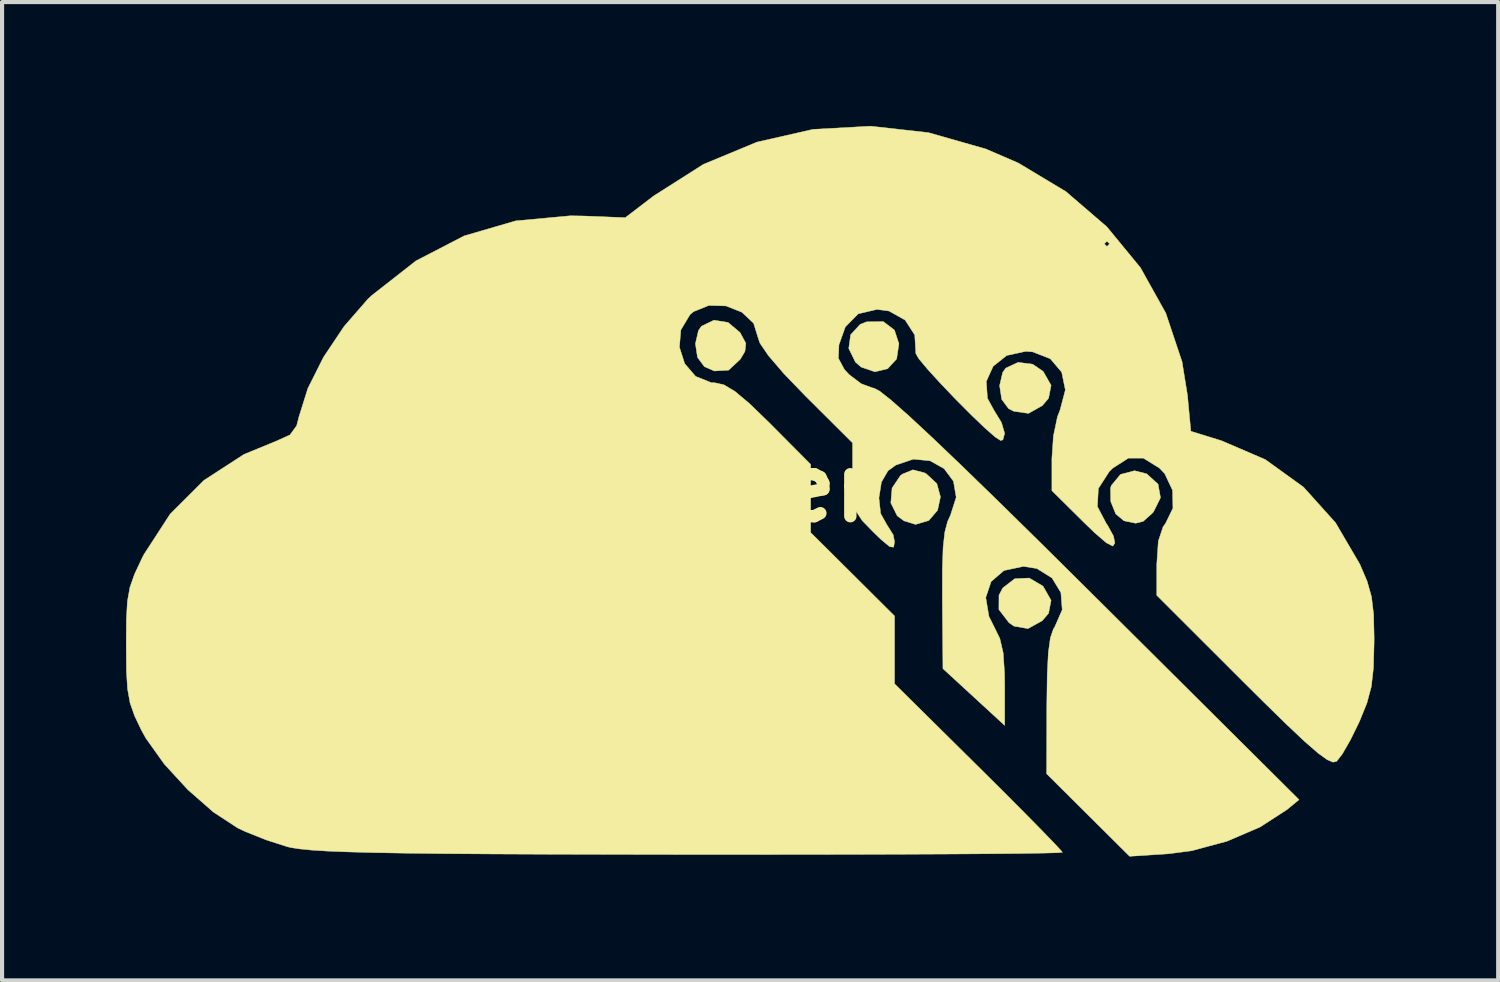
<source format=kicad_pcb>
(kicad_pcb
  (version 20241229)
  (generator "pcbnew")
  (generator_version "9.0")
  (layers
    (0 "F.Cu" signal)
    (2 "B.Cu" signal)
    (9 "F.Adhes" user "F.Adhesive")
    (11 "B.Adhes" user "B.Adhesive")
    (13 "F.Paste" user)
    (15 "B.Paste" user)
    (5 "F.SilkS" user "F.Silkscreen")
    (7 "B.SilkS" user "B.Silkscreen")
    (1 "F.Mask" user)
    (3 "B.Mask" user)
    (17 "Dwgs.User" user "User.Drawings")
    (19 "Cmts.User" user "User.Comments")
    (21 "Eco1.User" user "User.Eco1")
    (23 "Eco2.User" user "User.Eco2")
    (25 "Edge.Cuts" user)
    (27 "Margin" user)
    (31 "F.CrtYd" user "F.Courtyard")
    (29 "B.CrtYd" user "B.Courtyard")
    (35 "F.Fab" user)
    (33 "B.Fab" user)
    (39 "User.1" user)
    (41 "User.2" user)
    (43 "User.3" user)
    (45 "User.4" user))
  (footprint "aisler"
    (layer "F.Cu")
    (at 14.928 8.76)
    (property "Reference" "aisler" (at 0 0 0) (layer "F.SilkS") (effects (font (size 1.524 1.524) (thickness 0.3))))
    (attr through_hole)
    (fp_poly (pts (xy 3.681 -3.817) (xy 3.789 -3.486) (xy 3.734 -3.119) (xy 3.517 -2.882) (xy 3.207 -2.807) (xy 2.874 -2.921) (xy 2.735 -3.043) (xy 2.574 -3.373) (xy 2.62 -3.705) (xy 2.85 -3.955) (xy 3.006 -4.017) (xy 3.411 -4.023) (xy 3.681 -3.817)) (stroke (width 0.01) (type solid)) (fill yes) (layer "F.SilkS"))
    (fp_poly (pts (xy 7.027 -2.991) (xy 7.283 -2.816) (xy 7.474 -2.48) (xy 7.413 -2.166) (xy 7.261 -1.988) (xy 6.927 -1.8) (xy 6.57 -1.851) (xy 6.445 -1.915) (xy 6.278 -2.139) (xy 6.227 -2.472) (xy 6.301 -2.791) (xy 6.375 -2.896) (xy 6.675 -3.036) (xy 7.027 -2.991)) (stroke (width 0.01) (type solid)) (fill yes) (layer "F.SilkS"))
    (fp_poly (pts (xy 7.271 2.379) (xy 7.283 2.391) (xy 7.474 2.727) (xy 7.413 3.041) (xy 7.261 3.219) (xy 6.915 3.412) (xy 6.576 3.352) (xy 6.456 3.27) (xy 6.21 2.951) (xy 6.212 2.601) (xy 6.303 2.428) (xy 6.593 2.204) (xy 6.945 2.187) (xy 7.271 2.379)) (stroke (width 0.01) (type solid)) (fill yes) (layer "F.SilkS"))
    (fp_poly (pts (xy -0.348 -4.002) (xy -0.063 -3.763) (xy -0.052 -3.747) (xy 0.083 -3.498) (xy 0.061 -3.302) (xy -0.052 -3.111) (xy -0.335 -2.847) (xy -0.681 -2.827) (xy -0.921 -2.931) (xy -1.088 -3.155) (xy -1.139 -3.488) (xy -1.065 -3.807) (xy -0.991 -3.912) (xy -0.689 -4.057) (xy -0.348 -4.002)) (stroke (width 0.01) (type solid)) (fill yes) (layer "F.SilkS"))
    (fp_poly (pts (xy 4.402 -0.363) (xy 4.446 -0.342) (xy 4.707 -0.1) (xy 4.795 0.222) (xy 4.725 0.546) (xy 4.513 0.794) (xy 4.191 0.889) (xy 3.914 0.803) (xy 3.749 0.683) (xy 3.593 0.369) (xy 3.623 0.008) (xy 3.825 -0.293) (xy 3.875 -0.33) (xy 4.127 -0.433) (xy 4.402 -0.363)) (stroke (width 0.01) (type solid)) (fill yes) (layer "F.SilkS"))
    (fp_poly (pts (xy 9.787 -0.338) (xy 10.064 -0.087) (xy 10.123 0.242) (xy 9.955 0.583) (xy 9.914 0.627) (xy 9.703 0.815) (xy 9.521 0.86) (xy 9.239 0.801) (xy 9.04 0.636) (xy 8.918 0.334) (xy 8.913 0.01) (xy 8.933 -0.055) (xy 9.154 -0.322) (xy 9.493 -0.412) (xy 9.787 -0.338)) (stroke (width 0.01) (type solid)) (fill yes) (layer "F.SilkS"))
    (fp_poly (pts (xy 4.507 -8.598) (xy 5.89 -8.204) (xy 6.676 -7.865) (xy 7.83 -7.173) (xy 8.823 -6.319) (xy 9.637 -5.329) (xy 10.25 -4.231) (xy 10.645 -3.051) (xy 10.776 -2.24) (xy 10.858 -1.368) (xy 11.601 -1.138) (xy 12.661 -0.682) (xy 13.586 -0.015) (xy 14.361 0.847) (xy 14.949 1.85) (xy 15.127 2.266) (xy 15.232 2.639) (xy 15.283 3.062) (xy 15.296 3.629) (xy 15.295 3.747) (xy 15.28 4.359) (xy 15.228 4.816) (xy 15.121 5.216) (xy 14.942 5.657) (xy 14.931 5.681) (xy 14.722 6.107) (xy 14.526 6.448) (xy 14.39 6.624) (xy 14.302 6.646) (xy 14.159 6.586) (xy 13.939 6.427) (xy 13.621 6.151) (xy 13.184 5.739) (xy 12.607 5.175) (xy 12.12 4.691) (xy 10.033 2.606) (xy 10.033 1.853) (xy 10.07 1.295) (xy 10.186 0.944) (xy 10.243 0.868) (xy 10.424 0.496) (xy 10.415 0.062) (xy 10.225 -0.341) (xy 10.097 -0.476) (xy 9.708 -0.716) (xy 9.345 -0.716) (xy 8.967 -0.474) (xy 8.886 -0.396) (xy 8.619 0.018) (xy 8.595 0.456) (xy 8.815 0.876) (xy 8.835 0.898) (xy 8.987 1.175) (xy 9.017 1.34) (xy 8.969 1.414) (xy 8.812 1.334) (xy 8.524 1.086) (xy 8.255 0.826) (xy 7.493 0.071) (xy 7.493 -0.707) (xy 7.53 -1.252) (xy 7.628 -1.72) (xy 7.692 -1.885) (xy 7.819 -2.368) (xy 7.73 -2.798) (xy 7.455 -3.123) (xy 7.026 -3.29) (xy 6.858 -3.302) (xy 6.399 -3.202) (xy 6.071 -2.941) (xy 5.905 -2.576) (xy 5.932 -2.167) (xy 6.089 -1.879) (xy 6.271 -1.581) (xy 6.349 -1.317) (xy 6.307 -1.16) (xy 6.252 -1.143) (xy 6.118 -1.229) (xy 5.86 -1.456) (xy 5.523 -1.78) (xy 5.151 -2.154) (xy 4.789 -2.534) (xy 4.48 -2.873) (xy 4.268 -3.127) (xy 4.199 -3.249) (xy 4.172 -3.699) (xy 3.94 -4.059) (xy 3.551 -4.278) (xy 3.258 -4.318) (xy 2.804 -4.211) (xy 2.491 -3.894) (xy 2.337 -3.461) (xy 2.323 -3.134) (xy 2.469 -2.863) (xy 2.584 -2.739) (xy 2.876 -2.518) (xy 3.157 -2.414) (xy 3.182 -2.413) (xy 3.322 -2.34) (xy 3.602 -2.118) (xy 4.027 -1.743) (xy 4.602 -1.208) (xy 5.333 -0.51) (xy 6.224 0.356) (xy 7.282 1.396) (xy 8.467 2.571) (xy 13.478 7.554) (xy 13.184 7.796) (xy 12.534 8.217) (xy 11.732 8.561) (xy 10.878 8.791) (xy 10.322 8.864) (xy 9.375 8.925) (xy 7.366 6.927) (xy 7.37 5.273) (xy 7.38 4.526) (xy 7.407 3.993) (xy 7.456 3.637) (xy 7.53 3.42) (xy 7.561 3.373) (xy 7.743 2.956) (xy 7.711 2.54) (xy 7.496 2.186) (xy 7.13 1.957) (xy 6.804 1.905) (xy 6.333 2.005) (xy 6.022 2.272) (xy 5.892 2.659) (xy 5.969 3.118) (xy 6.083 3.345) (xy 6.232 3.648) (xy 6.315 4.007) (xy 6.347 4.506) (xy 6.35 4.766) (xy 6.35 5.755) (xy 5.602 5.068) (xy 4.855 4.381) (xy 4.84 2.709) (xy 4.841 1.974) (xy 4.859 1.446) (xy 4.9 1.075) (xy 4.968 0.816) (xy 5.036 0.67) (xy 5.176 0.232) (xy 5.11 -0.156) (xy 4.883 -0.462) (xy 4.544 -0.652) (xy 4.139 -0.692) (xy 3.716 -0.549) (xy 3.524 -0.41) (xy 3.365 -0.135) (xy 3.305 0.248) (xy 3.346 0.627) (xy 3.493 0.889) (xy 3.652 1.142) (xy 3.683 1.311) (xy 3.661 1.439) (xy 3.567 1.428) (xy 3.363 1.26) (xy 3.175 1.079) (xy 2.901 0.797) (xy 2.749 0.566) (xy 2.683 0.291) (xy 2.667 -0.121) (xy 2.667 -0.251) (xy 2.667 -1.085) (xy 1.524 -2.223) (xy 1.003 -2.763) (xy 0.629 -3.199) (xy 0.42 -3.507) (xy 0.381 -3.626) (xy 0.27 -3.983) (xy -0.014 -4.25) (xy -0.399 -4.402) (xy -0.814 -4.414) (xy -1.186 -4.263) (xy -1.27 -4.191) (xy -1.492 -3.82) (xy -1.526 -3.402) (xy -1.398 -3.004) (xy -1.133 -2.696) (xy -0.755 -2.545) (xy -0.664 -2.54) (xy -0.45 -2.493) (xy -0.185 -2.335) (xy 0.169 -2.039) (xy 0.647 -1.576) (xy 0.67 -1.553) (xy 1.651 -0.566) (xy 1.651 1.085) (xy 2.667 2.095) (xy 3.683 3.106) (xy 3.683 4.748) (xy 5.715 6.758) (xy 6.3 7.339) (xy 6.819 7.86) (xy 7.246 8.294) (xy 7.557 8.616) (xy 7.725 8.798) (xy 7.747 8.829) (xy 7.623 8.839) (xy 7.266 8.848) (xy 6.695 8.857) (xy 5.93 8.864) (xy 4.992 8.87) (xy 3.9 8.875) (xy 2.676 8.879) (xy 1.338 8.881) (xy -0.093 8.882) (xy -1.302 8.882) (xy -3.105 8.879) (xy -4.671 8.875) (xy -6.017 8.869) (xy -7.161 8.861) (xy -8.12 8.85) (xy -8.911 8.836) (xy -9.55 8.819) (xy -10.056 8.799) (xy -10.445 8.774) (xy -10.734 8.745) (xy -10.941 8.712) (xy -11.017 8.694) (xy -11.526 8.531) (xy -12.037 8.327) (xy -12.218 8.242) (xy -12.809 7.856) (xy -13.427 7.315) (xy -13.998 6.694) (xy -14.444 6.069) (xy -14.552 5.875) (xy -14.721 5.52) (xy -14.829 5.21) (xy -14.89 4.87) (xy -14.917 4.425) (xy -14.922 3.803) (xy -14.918 3.189) (xy -14.893 2.751) (xy -14.832 2.411) (xy -14.721 2.094) (xy -14.545 1.719) (xy -14.491 1.613) (xy -13.857 0.636) (xy -13.039 -0.18) (xy -12.07 -0.808) (xy -11.284 -1.131) (xy -10.957 -1.279) (xy -10.795 -1.501) (xy -10.741 -1.711) (xy -10.524 -2.404) (xy -10.144 -3.162) (xy -9.646 -3.906) (xy -9.078 -4.559) (xy -8.977 -4.655) (xy -7.904 -5.495) (xy -7.111 -5.905) (xy 8.763 -5.905) (xy 8.826 -5.842) (xy 8.89 -5.905) (xy 8.826 -5.969) (xy 8.763 -5.905) (xy -7.111 -5.905) (xy -6.739 -6.098) (xy -5.491 -6.462) (xy -4.166 -6.585) (xy -3.863 -6.58) (xy -2.837 -6.54) (xy -2.149 -7.066) (xy -0.945 -7.831) (xy 0.35 -8.369) (xy 1.709 -8.678) (xy 3.104 -8.755) (xy 4.507 -8.598)) (stroke (width 0.01) (type solid)) (fill yes) (layer "F.SilkS")))
  (gr_rect
    (start -3 -3)
    (end 33.228 20.69)
    (stroke (width 0.1) (type default))
    (fill no)
    (layer "Edge.Cuts")))
</source>
